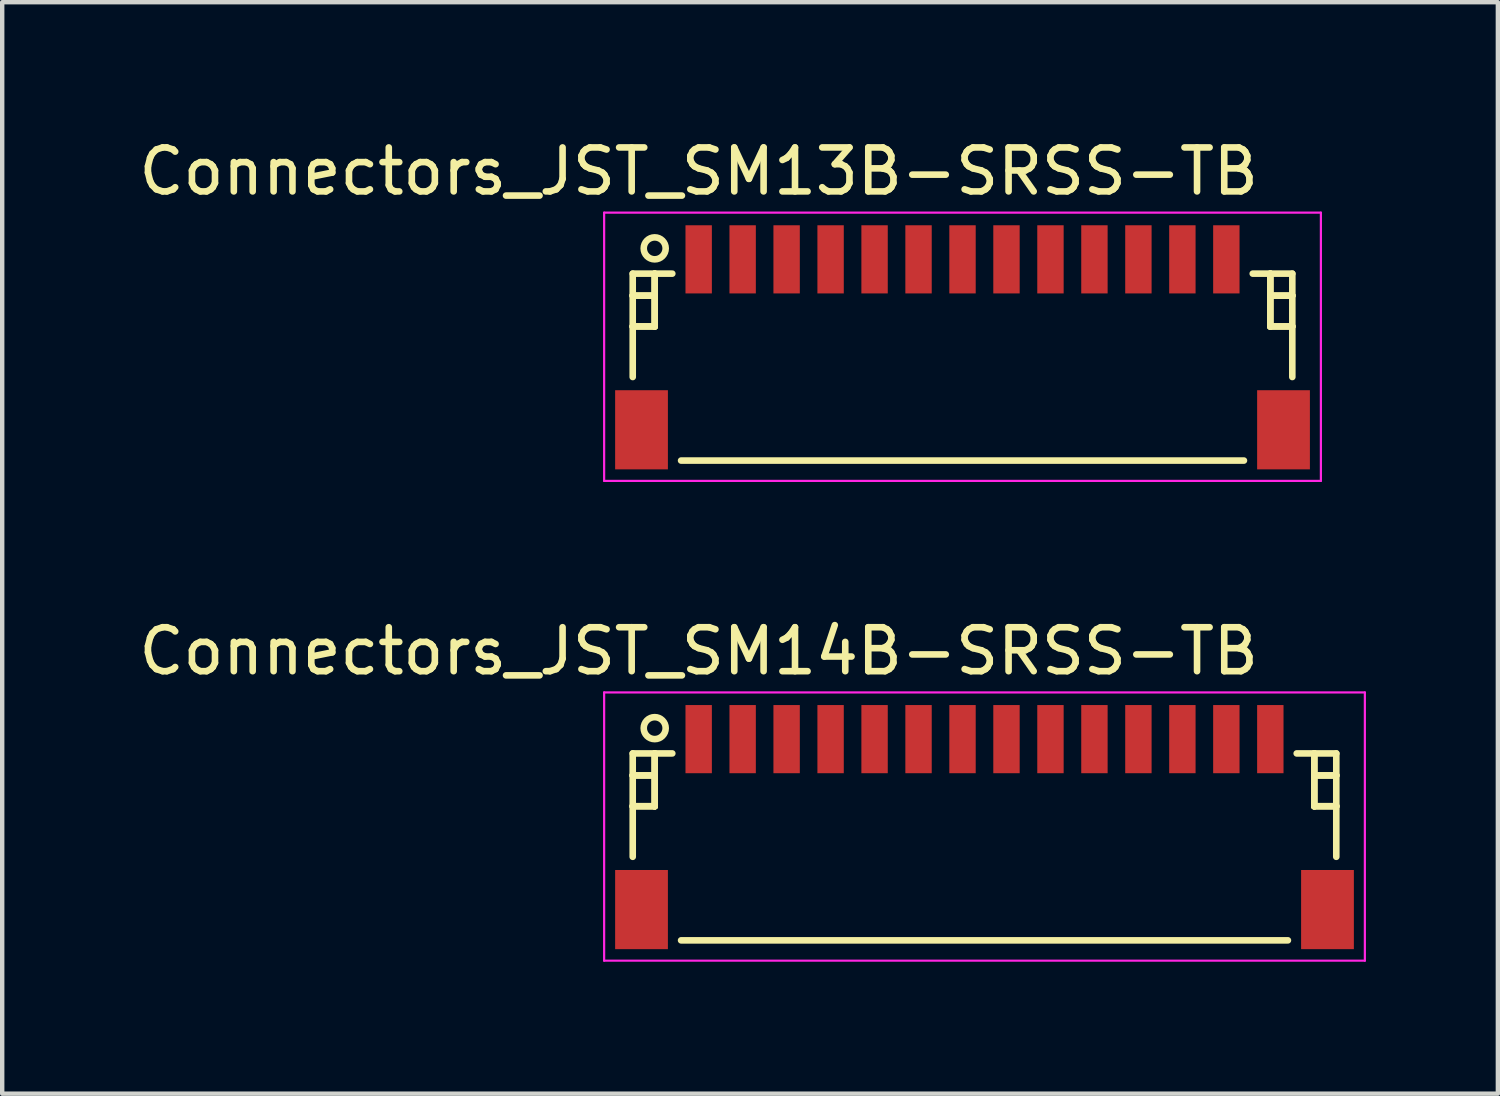
<source format=kicad_pcb>
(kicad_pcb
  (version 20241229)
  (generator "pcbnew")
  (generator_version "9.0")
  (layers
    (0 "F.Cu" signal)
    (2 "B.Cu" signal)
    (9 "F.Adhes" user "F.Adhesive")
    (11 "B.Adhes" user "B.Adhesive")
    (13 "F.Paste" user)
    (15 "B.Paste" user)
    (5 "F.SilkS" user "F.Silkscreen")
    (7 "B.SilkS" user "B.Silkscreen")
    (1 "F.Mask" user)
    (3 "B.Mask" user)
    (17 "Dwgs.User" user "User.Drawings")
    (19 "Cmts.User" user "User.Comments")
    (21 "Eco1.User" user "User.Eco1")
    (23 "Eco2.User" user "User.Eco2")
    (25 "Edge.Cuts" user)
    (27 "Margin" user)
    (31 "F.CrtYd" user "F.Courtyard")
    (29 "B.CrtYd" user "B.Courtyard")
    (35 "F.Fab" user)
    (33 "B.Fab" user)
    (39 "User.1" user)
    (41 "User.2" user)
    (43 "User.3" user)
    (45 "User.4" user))
  (footprint "Connectors_JST_SM13B-SRSS-TB"
    (layer "F.Cu")
    (at 18.839 4.786)
    (property "Reference" "Connectors_JST_SM13B-SRSS-TB" (at -6 -3.938 0) (layer "F.SilkS") (effects (font (size 1 1) (thickness 0.15))))
    (attr smd)
    (fp_line (start -7.5 -1.613) (end -6.6 -1.613) (stroke (width 0.15) (type solid)) (layer "F.SilkS"))
    (fp_line (start -7.5 -1.113) (end -7.5 -1.113) (stroke (width 0.15) (type solid)) (layer "F.SilkS"))
    (fp_line (start -7.5 -1.113) (end -7 -1.113) (stroke (width 0.15) (type solid)) (layer "F.SilkS"))
    (fp_line (start -7.5 -0.412) (end -7.5 -0.412) (stroke (width 0.15) (type solid)) (layer "F.SilkS"))
    (fp_line (start -7.5 -0.412) (end -7 -0.412) (stroke (width 0.15) (type solid)) (layer "F.SilkS"))
    (fp_line (start -7.5 0.738) (end -7.5 -1.613) (stroke (width 0.15) (type solid)) (layer "F.SilkS"))
    (fp_line (start -7 -1.613) (end -7 -1.613) (stroke (width 0.15) (type solid)) (layer "F.SilkS"))
    (fp_line (start -7 -1.613) (end -7 -0.412) (stroke (width 0.15) (type solid)) (layer "F.SilkS"))
    (fp_line (start -7 -1.113) (end -7.5 -1.113) (stroke (width 0.15) (type solid)) (layer "F.SilkS"))
    (fp_line (start -7 -1.113) (end -7 -1.113) (stroke (width 0.15) (type solid)) (layer "F.SilkS"))
    (fp_line (start -7 -0.412) (end -7.5 -0.412) (stroke (width 0.15) (type solid)) (layer "F.SilkS"))
    (fp_line (start -7 -0.412) (end -7 -1.613) (stroke (width 0.15) (type solid)) (layer "F.SilkS"))
    (fp_line (start -7 -0.412) (end -7 -0.412) (stroke (width 0.15) (type solid)) (layer "F.SilkS"))
    (fp_line (start -7 -0.412) (end -7 -0.412) (stroke (width 0.15) (type solid)) (layer "F.SilkS"))
    (fp_line (start -6.4 2.638) (end 6.4 2.638) (stroke (width 0.15) (type solid)) (layer "F.SilkS"))
    (fp_line (start 7 -1.613) (end 7 -1.613) (stroke (width 0.15) (type solid)) (layer "F.SilkS"))
    (fp_line (start 7 -1.613) (end 7 -0.412) (stroke (width 0.15) (type solid)) (layer "F.SilkS"))
    (fp_line (start 7 -1.113) (end 7 -1.113) (stroke (width 0.15) (type solid)) (layer "F.SilkS"))
    (fp_line (start 7 -1.113) (end 7.5 -1.113) (stroke (width 0.15) (type solid)) (layer "F.SilkS"))
    (fp_line (start 7 -0.412) (end 7 -1.613) (stroke (width 0.15) (type solid)) (layer "F.SilkS"))
    (fp_line (start 7 -0.412) (end 7 -0.412) (stroke (width 0.15) (type solid)) (layer "F.SilkS"))
    (fp_line (start 7 -0.412) (end 7 -0.412) (stroke (width 0.15) (type solid)) (layer "F.SilkS"))
    (fp_line (start 7 -0.412) (end 7.5 -0.412) (stroke (width 0.15) (type solid)) (layer "F.SilkS"))
    (fp_line (start 7.5 -1.613) (end 6.6 -1.613) (stroke (width 0.15) (type solid)) (layer "F.SilkS"))
    (fp_line (start 7.5 -1.113) (end 7 -1.113) (stroke (width 0.15) (type solid)) (layer "F.SilkS"))
    (fp_line (start 7.5 -1.113) (end 7.5 -1.113) (stroke (width 0.15) (type solid)) (layer "F.SilkS"))
    (fp_line (start 7.5 -0.412) (end 7 -0.412) (stroke (width 0.15) (type solid)) (layer "F.SilkS"))
    (fp_line (start 7.5 -0.412) (end 7.5 -0.412) (stroke (width 0.15) (type solid)) (layer "F.SilkS"))
    (fp_line (start 7.5 0.738) (end 7.5 -1.613) (stroke (width 0.15) (type solid)) (layer "F.SilkS"))
    (fp_circle (center -7 -2.188) (end -6.75 -2.188) (stroke (width 0.15) (type solid)) (fill no) (layer "F.SilkS"))
    (fp_line (start -8.15 -3) (end 8.15 -3) (stroke (width 0.05) (type solid)) (layer "F.CrtYd"))
    (fp_line (start -8.15 3.1) (end -8.15 -3) (stroke (width 0.05) (type solid)) (layer "F.CrtYd"))
    (fp_line (start 8.15 -3) (end 8.15 3.1) (stroke (width 0.05) (type solid)) (layer "F.CrtYd"))
    (fp_line (start 8.15 3.1) (end -8.15 3.1) (stroke (width 0.05) (type solid)) (layer "F.CrtYd"))
    (pad "" smd rect (at -7.3 1.938) (size 1.2 1.8) (layers "F.Cu" "F.Mask" "F.Paste"))
    (pad "" smd rect (at 7.3 1.938) (size 1.2 1.8) (layers "F.Cu" "F.Mask" "F.Paste"))
    (pad "1" smd rect (at -6 -1.938) (size 0.6 1.55) (layers "F.Cu" "F.Mask" "F.Paste"))
    (pad "2" smd rect (at -5 -1.938) (size 0.6 1.55) (layers "F.Cu" "F.Mask" "F.Paste"))
    (pad "3" smd rect (at -4 -1.938) (size 0.6 1.55) (layers "F.Cu" "F.Mask" "F.Paste"))
    (pad "4" smd rect (at -3 -1.938) (size 0.6 1.55) (layers "F.Cu" "F.Mask" "F.Paste"))
    (pad "5" smd rect (at -2 -1.938) (size 0.6 1.55) (layers "F.Cu" "F.Mask" "F.Paste"))
    (pad "6" smd rect (at -1 -1.938) (size 0.6 1.55) (layers "F.Cu" "F.Mask" "F.Paste"))
    (pad "7" smd rect (at 0 -1.938) (size 0.6 1.55) (layers "F.Cu" "F.Mask" "F.Paste"))
    (pad "8" smd rect (at 1 -1.938) (size 0.6 1.55) (layers "F.Cu" "F.Mask" "F.Paste"))
    (pad "9" smd rect (at 2 -1.938) (size 0.6 1.55) (layers "F.Cu" "F.Mask" "F.Paste"))
    (pad "10" smd rect (at 3 -1.938) (size 0.6 1.55) (layers "F.Cu" "F.Mask" "F.Paste"))
    (pad "11" smd rect (at 4 -1.938) (size 0.6 1.55) (layers "F.Cu" "F.Mask" "F.Paste"))
    (pad "12" smd rect (at 5 -1.938) (size 0.6 1.55) (layers "F.Cu" "F.Mask" "F.Paste"))
    (pad "13" smd rect (at 6 -1.938) (size 0.6 1.55) (layers "F.Cu" "F.Mask" "F.Paste")))
  (footprint "Connectors_JST_SM14B-SRSS-TB"
    (layer "F.Cu")
    (at 19.339 15.697)
    (property "Reference" "Connectors_JST_SM14B-SRSS-TB" (at -6.5 -3.938 0) (layer "F.SilkS") (effects (font (size 1 1) (thickness 0.15))))
    (attr smd)
    (fp_line (start -8 -1.613) (end -7.1 -1.613) (stroke (width 0.15) (type solid)) (layer "F.SilkS"))
    (fp_line (start -8 -1.113) (end -8 -1.113) (stroke (width 0.15) (type solid)) (layer "F.SilkS"))
    (fp_line (start -8 -1.113) (end -7.5 -1.113) (stroke (width 0.15) (type solid)) (layer "F.SilkS"))
    (fp_line (start -8 -0.412) (end -8 -0.412) (stroke (width 0.15) (type solid)) (layer "F.SilkS"))
    (fp_line (start -8 -0.412) (end -7.5 -0.412) (stroke (width 0.15) (type solid)) (layer "F.SilkS"))
    (fp_line (start -8 0.738) (end -8 -1.613) (stroke (width 0.15) (type solid)) (layer "F.SilkS"))
    (fp_line (start -7.5 -1.613) (end -7.5 -1.613) (stroke (width 0.15) (type solid)) (layer "F.SilkS"))
    (fp_line (start -7.5 -1.613) (end -7.5 -0.412) (stroke (width 0.15) (type solid)) (layer "F.SilkS"))
    (fp_line (start -7.5 -1.113) (end -8 -1.113) (stroke (width 0.15) (type solid)) (layer "F.SilkS"))
    (fp_line (start -7.5 -1.113) (end -7.5 -1.113) (stroke (width 0.15) (type solid)) (layer "F.SilkS"))
    (fp_line (start -7.5 -0.412) (end -8 -0.412) (stroke (width 0.15) (type solid)) (layer "F.SilkS"))
    (fp_line (start -7.5 -0.412) (end -7.5 -1.613) (stroke (width 0.15) (type solid)) (layer "F.SilkS"))
    (fp_line (start -7.5 -0.412) (end -7.5 -0.412) (stroke (width 0.15) (type solid)) (layer "F.SilkS"))
    (fp_line (start -7.5 -0.412) (end -7.5 -0.412) (stroke (width 0.15) (type solid)) (layer "F.SilkS"))
    (fp_line (start -6.9 2.638) (end 6.9 2.638) (stroke (width 0.15) (type solid)) (layer "F.SilkS"))
    (fp_line (start 7.5 -1.613) (end 7.5 -1.613) (stroke (width 0.15) (type solid)) (layer "F.SilkS"))
    (fp_line (start 7.5 -1.613) (end 7.5 -0.412) (stroke (width 0.15) (type solid)) (layer "F.SilkS"))
    (fp_line (start 7.5 -1.113) (end 7.5 -1.113) (stroke (width 0.15) (type solid)) (layer "F.SilkS"))
    (fp_line (start 7.5 -1.113) (end 8 -1.113) (stroke (width 0.15) (type solid)) (layer "F.SilkS"))
    (fp_line (start 7.5 -0.412) (end 7.5 -1.613) (stroke (width 0.15) (type solid)) (layer "F.SilkS"))
    (fp_line (start 7.5 -0.412) (end 7.5 -0.412) (stroke (width 0.15) (type solid)) (layer "F.SilkS"))
    (fp_line (start 7.5 -0.412) (end 7.5 -0.412) (stroke (width 0.15) (type solid)) (layer "F.SilkS"))
    (fp_line (start 7.5 -0.412) (end 8 -0.412) (stroke (width 0.15) (type solid)) (layer "F.SilkS"))
    (fp_line (start 8 -1.613) (end 7.1 -1.613) (stroke (width 0.15) (type solid)) (layer "F.SilkS"))
    (fp_line (start 8 -1.113) (end 7.5 -1.113) (stroke (width 0.15) (type solid)) (layer "F.SilkS"))
    (fp_line (start 8 -1.113) (end 8 -1.113) (stroke (width 0.15) (type solid)) (layer "F.SilkS"))
    (fp_line (start 8 -0.412) (end 7.5 -0.412) (stroke (width 0.15) (type solid)) (layer "F.SilkS"))
    (fp_line (start 8 -0.412) (end 8 -0.412) (stroke (width 0.15) (type solid)) (layer "F.SilkS"))
    (fp_line (start 8 0.738) (end 8 -1.613) (stroke (width 0.15) (type solid)) (layer "F.SilkS"))
    (fp_circle (center -7.5 -2.188) (end -7.25 -2.188) (stroke (width 0.15) (type solid)) (fill no) (layer "F.SilkS"))
    (fp_line (start -8.65 -3) (end 8.65 -3) (stroke (width 0.05) (type solid)) (layer "F.CrtYd"))
    (fp_line (start -8.65 3.1) (end -8.65 -3) (stroke (width 0.05) (type solid)) (layer "F.CrtYd"))
    (fp_line (start 8.65 -3) (end 8.65 3.1) (stroke (width 0.05) (type solid)) (layer "F.CrtYd"))
    (fp_line (start 8.65 3.1) (end -8.65 3.1) (stroke (width 0.05) (type solid)) (layer "F.CrtYd"))
    (pad "" smd rect (at -7.8 1.938) (size 1.2 1.8) (layers "F.Cu" "F.Mask" "F.Paste"))
    (pad "" smd rect (at 7.8 1.938) (size 1.2 1.8) (layers "F.Cu" "F.Mask" "F.Paste"))
    (pad "1" smd rect (at -6.5 -1.938) (size 0.6 1.55) (layers "F.Cu" "F.Mask" "F.Paste"))
    (pad "2" smd rect (at -5.5 -1.938) (size 0.6 1.55) (layers "F.Cu" "F.Mask" "F.Paste"))
    (pad "3" smd rect (at -4.5 -1.938) (size 0.6 1.55) (layers "F.Cu" "F.Mask" "F.Paste"))
    (pad "4" smd rect (at -3.5 -1.938) (size 0.6 1.55) (layers "F.Cu" "F.Mask" "F.Paste"))
    (pad "5" smd rect (at -2.5 -1.938) (size 0.6 1.55) (layers "F.Cu" "F.Mask" "F.Paste"))
    (pad "6" smd rect (at -1.5 -1.938) (size 0.6 1.55) (layers "F.Cu" "F.Mask" "F.Paste"))
    (pad "7" smd rect (at -0.5 -1.938) (size 0.6 1.55) (layers "F.Cu" "F.Mask" "F.Paste"))
    (pad "8" smd rect (at 0.5 -1.938) (size 0.6 1.55) (layers "F.Cu" "F.Mask" "F.Paste"))
    (pad "9" smd rect (at 1.5 -1.938) (size 0.6 1.55) (layers "F.Cu" "F.Mask" "F.Paste"))
    (pad "10" smd rect (at 2.5 -1.938) (size 0.6 1.55) (layers "F.Cu" "F.Mask" "F.Paste"))
    (pad "11" smd rect (at 3.5 -1.938) (size 0.6 1.55) (layers "F.Cu" "F.Mask" "F.Paste"))
    (pad "12" smd rect (at 4.5 -1.938) (size 0.6 1.55) (layers "F.Cu" "F.Mask" "F.Paste"))
    (pad "13" smd rect (at 5.5 -1.938) (size 0.6 1.55) (layers "F.Cu" "F.Mask" "F.Paste"))
    (pad "14" smd rect (at 6.5 -1.938) (size 0.6 1.55) (layers "F.Cu" "F.Mask" "F.Paste")))
  (gr_rect
    (start -3 -3)
    (end 31.014 21.822)
    (stroke (width 0.1) (type default))
    (fill no)
    (layer "Edge.Cuts")))
</source>
